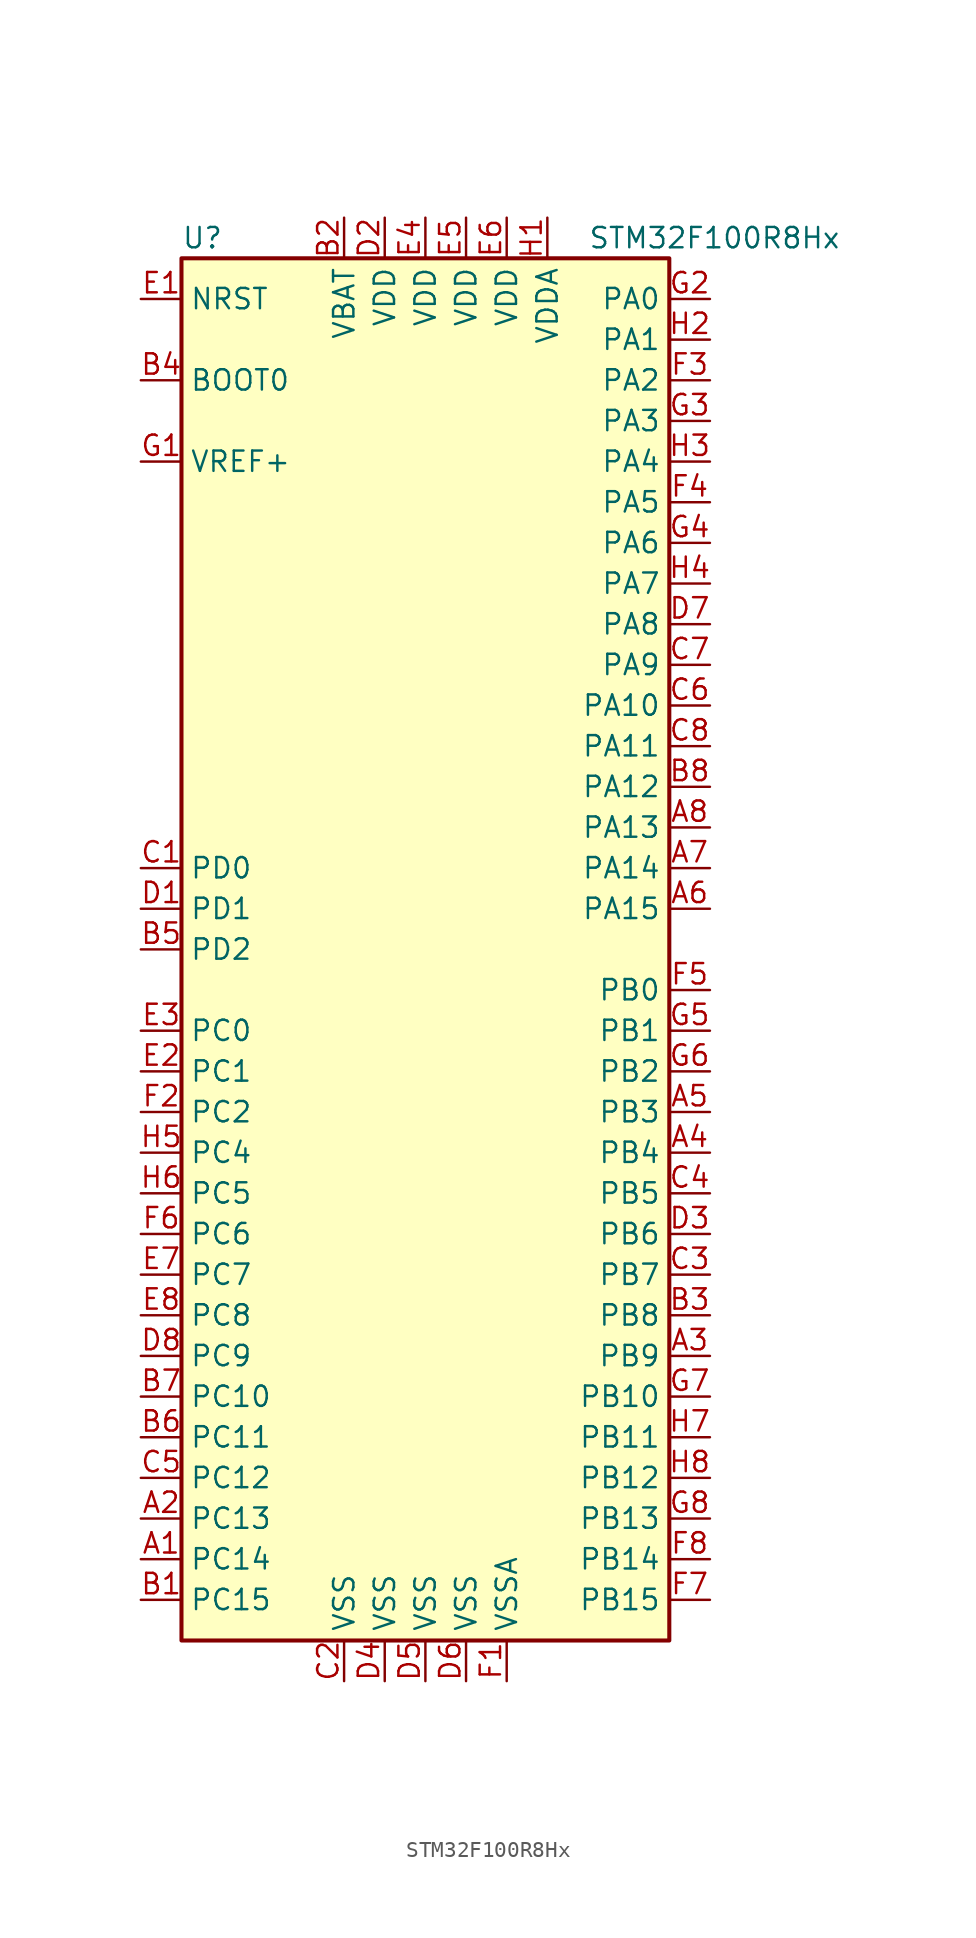
<source format=kicad_sym>
(kicad_symbol_lib
  (version 20201005)
  (generator kicad_symbol_editor)
  (symbol "STM32F100R8Hx"
    (property "Reference" "U"
      (at -15.24 44.45 0)
      (effects (font (size 1.27 1.27)) (justify left)))
    (property "Value" "STM32F100R8Hx"
      (at 10.16 44.45 0)
      (effects (font (size 1.27 1.27)) (justify left)))
    (symbol "STM32F100R8Hx_0_1"
      (rectangle (start -15.24 -43.18) (end 15.24 43.18) (stroke (width 0.254)) (fill (type background))))
    (symbol "STM32F100R8Hx_1_1"
      (pin input line (at -17.78 35.56 0) (length 2.54) (name "BOOT0" (effects (font (size 1.27 1.27)))) (number "B4" (effects (font (size 1.27 1.27)))))
      (pin input line (at -17.78 40.64 0) (length 2.54) (name "NRST" (effects (font (size 1.27 1.27)))) (number "E1" (effects (font (size 1.27 1.27)))))
      (pin bidirectional line (at 17.78 40.64 180) (length 2.54) (name "PA0" (effects (font (size 1.27 1.27)))) (number "G2" (effects (font (size 1.27 1.27)))))
      (pin bidirectional line (at 17.78 38.1 180) (length 2.54) (name "PA1" (effects (font (size 1.27 1.27)))) (number "H2" (effects (font (size 1.27 1.27)))))
      (pin bidirectional line (at 17.78 15.24 180) (length 2.54) (name "PA10" (effects (font (size 1.27 1.27)))) (number "C6" (effects (font (size 1.27 1.27)))))
      (pin bidirectional line (at 17.78 12.7 180) (length 2.54) (name "PA11" (effects (font (size 1.27 1.27)))) (number "C8" (effects (font (size 1.27 1.27)))))
      (pin bidirectional line (at 17.78 10.16 180) (length 2.54) (name "PA12" (effects (font (size 1.27 1.27)))) (number "B8" (effects (font (size 1.27 1.27)))))
      (pin bidirectional line (at 17.78 7.62 180) (length 2.54) (name "PA13" (effects (font (size 1.27 1.27)))) (number "A8" (effects (font (size 1.27 1.27)))))
      (pin bidirectional line (at 17.78 5.08 180) (length 2.54) (name "PA14" (effects (font (size 1.27 1.27)))) (number "A7" (effects (font (size 1.27 1.27)))))
      (pin bidirectional line (at 17.78 2.54 180) (length 2.54) (name "PA15" (effects (font (size 1.27 1.27)))) (number "A6" (effects (font (size 1.27 1.27)))))
      (pin bidirectional line (at 17.78 35.56 180) (length 2.54) (name "PA2" (effects (font (size 1.27 1.27)))) (number "F3" (effects (font (size 1.27 1.27)))))
      (pin bidirectional line (at 17.78 33.02 180) (length 2.54) (name "PA3" (effects (font (size 1.27 1.27)))) (number "G3" (effects (font (size 1.27 1.27)))))
      (pin bidirectional line (at 17.78 30.48 180) (length 2.54) (name "PA4" (effects (font (size 1.27 1.27)))) (number "H3" (effects (font (size 1.27 1.27)))))
      (pin bidirectional line (at 17.78 27.94 180) (length 2.54) (name "PA5" (effects (font (size 1.27 1.27)))) (number "F4" (effects (font (size 1.27 1.27)))))
      (pin bidirectional line (at 17.78 25.4 180) (length 2.54) (name "PA6" (effects (font (size 1.27 1.27)))) (number "G4" (effects (font (size 1.27 1.27)))))
      (pin bidirectional line (at 17.78 22.86 180) (length 2.54) (name "PA7" (effects (font (size 1.27 1.27)))) (number "H4" (effects (font (size 1.27 1.27)))))
      (pin bidirectional line (at 17.78 20.32 180) (length 2.54) (name "PA8" (effects (font (size 1.27 1.27)))) (number "D7" (effects (font (size 1.27 1.27)))))
      (pin bidirectional line (at 17.78 17.78 180) (length 2.54) (name "PA9" (effects (font (size 1.27 1.27)))) (number "C7" (effects (font (size 1.27 1.27)))))
      (pin bidirectional line (at 17.78 -2.54 180) (length 2.54) (name "PB0" (effects (font (size 1.27 1.27)))) (number "F5" (effects (font (size 1.27 1.27)))))
      (pin bidirectional line (at 17.78 -5.08 180) (length 2.54) (name "PB1" (effects (font (size 1.27 1.27)))) (number "G5" (effects (font (size 1.27 1.27)))))
      (pin bidirectional line (at 17.78 -27.94 180) (length 2.54) (name "PB10" (effects (font (size 1.27 1.27)))) (number "G7" (effects (font (size 1.27 1.27)))))
      (pin bidirectional line (at 17.78 -30.48 180) (length 2.54) (name "PB11" (effects (font (size 1.27 1.27)))) (number "H7" (effects (font (size 1.27 1.27)))))
      (pin bidirectional line (at 17.78 -33.02 180) (length 2.54) (name "PB12" (effects (font (size 1.27 1.27)))) (number "H8" (effects (font (size 1.27 1.27)))))
      (pin bidirectional line (at 17.78 -35.56 180) (length 2.54) (name "PB13" (effects (font (size 1.27 1.27)))) (number "G8" (effects (font (size 1.27 1.27)))))
      (pin bidirectional line (at 17.78 -38.1 180) (length 2.54) (name "PB14" (effects (font (size 1.27 1.27)))) (number "F8" (effects (font (size 1.27 1.27)))))
      (pin bidirectional line (at 17.78 -40.64 180) (length 2.54) (name "PB15" (effects (font (size 1.27 1.27)))) (number "F7" (effects (font (size 1.27 1.27)))))
      (pin bidirectional line (at 17.78 -7.62 180) (length 2.54) (name "PB2" (effects (font (size 1.27 1.27)))) (number "G6" (effects (font (size 1.27 1.27)))))
      (pin bidirectional line (at 17.78 -10.16 180) (length 2.54) (name "PB3" (effects (font (size 1.27 1.27)))) (number "A5" (effects (font (size 1.27 1.27)))))
      (pin bidirectional line (at 17.78 -12.7 180) (length 2.54) (name "PB4" (effects (font (size 1.27 1.27)))) (number "A4" (effects (font (size 1.27 1.27)))))
      (pin bidirectional line (at 17.78 -15.24 180) (length 2.54) (name "PB5" (effects (font (size 1.27 1.27)))) (number "C4" (effects (font (size 1.27 1.27)))))
      (pin bidirectional line (at 17.78 -17.78 180) (length 2.54) (name "PB6" (effects (font (size 1.27 1.27)))) (number "D3" (effects (font (size 1.27 1.27)))))
      (pin bidirectional line (at 17.78 -20.32 180) (length 2.54) (name "PB7" (effects (font (size 1.27 1.27)))) (number "C3" (effects (font (size 1.27 1.27)))))
      (pin bidirectional line (at 17.78 -22.86 180) (length 2.54) (name "PB8" (effects (font (size 1.27 1.27)))) (number "B3" (effects (font (size 1.27 1.27)))))
      (pin bidirectional line (at 17.78 -25.4 180) (length 2.54) (name "PB9" (effects (font (size 1.27 1.27)))) (number "A3" (effects (font (size 1.27 1.27)))))
      (pin bidirectional line (at -17.78 -5.08 0) (length 2.54) (name "PC0" (effects (font (size 1.27 1.27)))) (number "E3" (effects (font (size 1.27 1.27)))))
      (pin bidirectional line (at -17.78 -7.62 0) (length 2.54) (name "PC1" (effects (font (size 1.27 1.27)))) (number "E2" (effects (font (size 1.27 1.27)))))
      (pin bidirectional line (at -17.78 -27.94 0) (length 2.54) (name "PC10" (effects (font (size 1.27 1.27)))) (number "B7" (effects (font (size 1.27 1.27)))))
      (pin bidirectional line (at -17.78 -30.48 0) (length 2.54) (name "PC11" (effects (font (size 1.27 1.27)))) (number "B6" (effects (font (size 1.27 1.27)))))
      (pin bidirectional line (at -17.78 -33.02 0) (length 2.54) (name "PC12" (effects (font (size 1.27 1.27)))) (number "C5" (effects (font (size 1.27 1.27)))))
      (pin bidirectional line (at -17.78 -35.56 0) (length 2.54) (name "PC13" (effects (font (size 1.27 1.27)))) (number "A2" (effects (font (size 1.27 1.27)))))
      (pin bidirectional line (at -17.78 -38.1 0) (length 2.54) (name "PC14" (effects (font (size 1.27 1.27)))) (number "A1" (effects (font (size 1.27 1.27)))))
      (pin bidirectional line (at -17.78 -40.64 0) (length 2.54) (name "PC15" (effects (font (size 1.27 1.27)))) (number "B1" (effects (font (size 1.27 1.27)))))
      (pin bidirectional line (at -17.78 -10.16 0) (length 2.54) (name "PC2" (effects (font (size 1.27 1.27)))) (number "F2" (effects (font (size 1.27 1.27)))))
      (pin bidirectional line (at -17.78 -12.7 0) (length 2.54) (name "PC4" (effects (font (size 1.27 1.27)))) (number "H5" (effects (font (size 1.27 1.27)))))
      (pin bidirectional line (at -17.78 -15.24 0) (length 2.54) (name "PC5" (effects (font (size 1.27 1.27)))) (number "H6" (effects (font (size 1.27 1.27)))))
      (pin bidirectional line (at -17.78 -17.78 0) (length 2.54) (name "PC6" (effects (font (size 1.27 1.27)))) (number "F6" (effects (font (size 1.27 1.27)))))
      (pin bidirectional line (at -17.78 -20.32 0) (length 2.54) (name "PC7" (effects (font (size 1.27 1.27)))) (number "E7" (effects (font (size 1.27 1.27)))))
      (pin bidirectional line (at -17.78 -22.86 0) (length 2.54) (name "PC8" (effects (font (size 1.27 1.27)))) (number "E8" (effects (font (size 1.27 1.27)))))
      (pin bidirectional line (at -17.78 -25.4 0) (length 2.54) (name "PC9" (effects (font (size 1.27 1.27)))) (number "D8" (effects (font (size 1.27 1.27)))))
      (pin input line (at -17.78 5.08 0) (length 2.54) (name "PD0" (effects (font (size 1.27 1.27)))) (number "C1" (effects (font (size 1.27 1.27)))))
      (pin input line (at -17.78 2.54 0) (length 2.54) (name "PD1" (effects (font (size 1.27 1.27)))) (number "D1" (effects (font (size 1.27 1.27)))))
      (pin bidirectional line (at -17.78 0 0) (length 2.54) (name "PD2" (effects (font (size 1.27 1.27)))) (number "B5" (effects (font (size 1.27 1.27)))))
      (pin power_in line (at -5.08 45.72 270) (length 2.54) (name "VBAT" (effects (font (size 1.27 1.27)))) (number "B2" (effects (font (size 1.27 1.27)))))
      (pin power_in line (at -2.54 45.72 270) (length 2.54) (name "VDD" (effects (font (size 1.27 1.27)))) (number "D2" (effects (font (size 1.27 1.27)))))
      (pin power_in line (at 0 45.72 270) (length 2.54) (name "VDD" (effects (font (size 1.27 1.27)))) (number "E4" (effects (font (size 1.27 1.27)))))
      (pin power_in line (at 2.54 45.72 270) (length 2.54) (name "VDD" (effects (font (size 1.27 1.27)))) (number "E5" (effects (font (size 1.27 1.27)))))
      (pin power_in line (at 5.08 45.72 270) (length 2.54) (name "VDD" (effects (font (size 1.27 1.27)))) (number "E6" (effects (font (size 1.27 1.27)))))
      (pin power_in line (at 7.62 45.72 270) (length 2.54) (name "VDDA" (effects (font (size 1.27 1.27)))) (number "H1" (effects (font (size 1.27 1.27)))))
      (pin power_in line (at -17.78 30.48 0) (length 2.54) (name "VREF+" (effects (font (size 1.27 1.27)))) (number "G1" (effects (font (size 1.27 1.27)))))
      (pin power_in line (at -5.08 -45.72 90) (length 2.54) (name "VSS" (effects (font (size 1.27 1.27)))) (number "C2" (effects (font (size 1.27 1.27)))))
      (pin power_in line (at -2.54 -45.72 90) (length 2.54) (name "VSS" (effects (font (size 1.27 1.27)))) (number "D4" (effects (font (size 1.27 1.27)))))
      (pin power_in line (at 0 -45.72 90) (length 2.54) (name "VSS" (effects (font (size 1.27 1.27)))) (number "D5" (effects (font (size 1.27 1.27)))))
      (pin power_in line (at 2.54 -45.72 90) (length 2.54) (name "VSS" (effects (font (size 1.27 1.27)))) (number "D6" (effects (font (size 1.27 1.27)))))
      (pin power_in line (at 5.08 -45.72 90) (length 2.54) (name "VSSA" (effects (font (size 1.27 1.27)))) (number "F1" (effects (font (size 1.27 1.27))))))))
</source>
